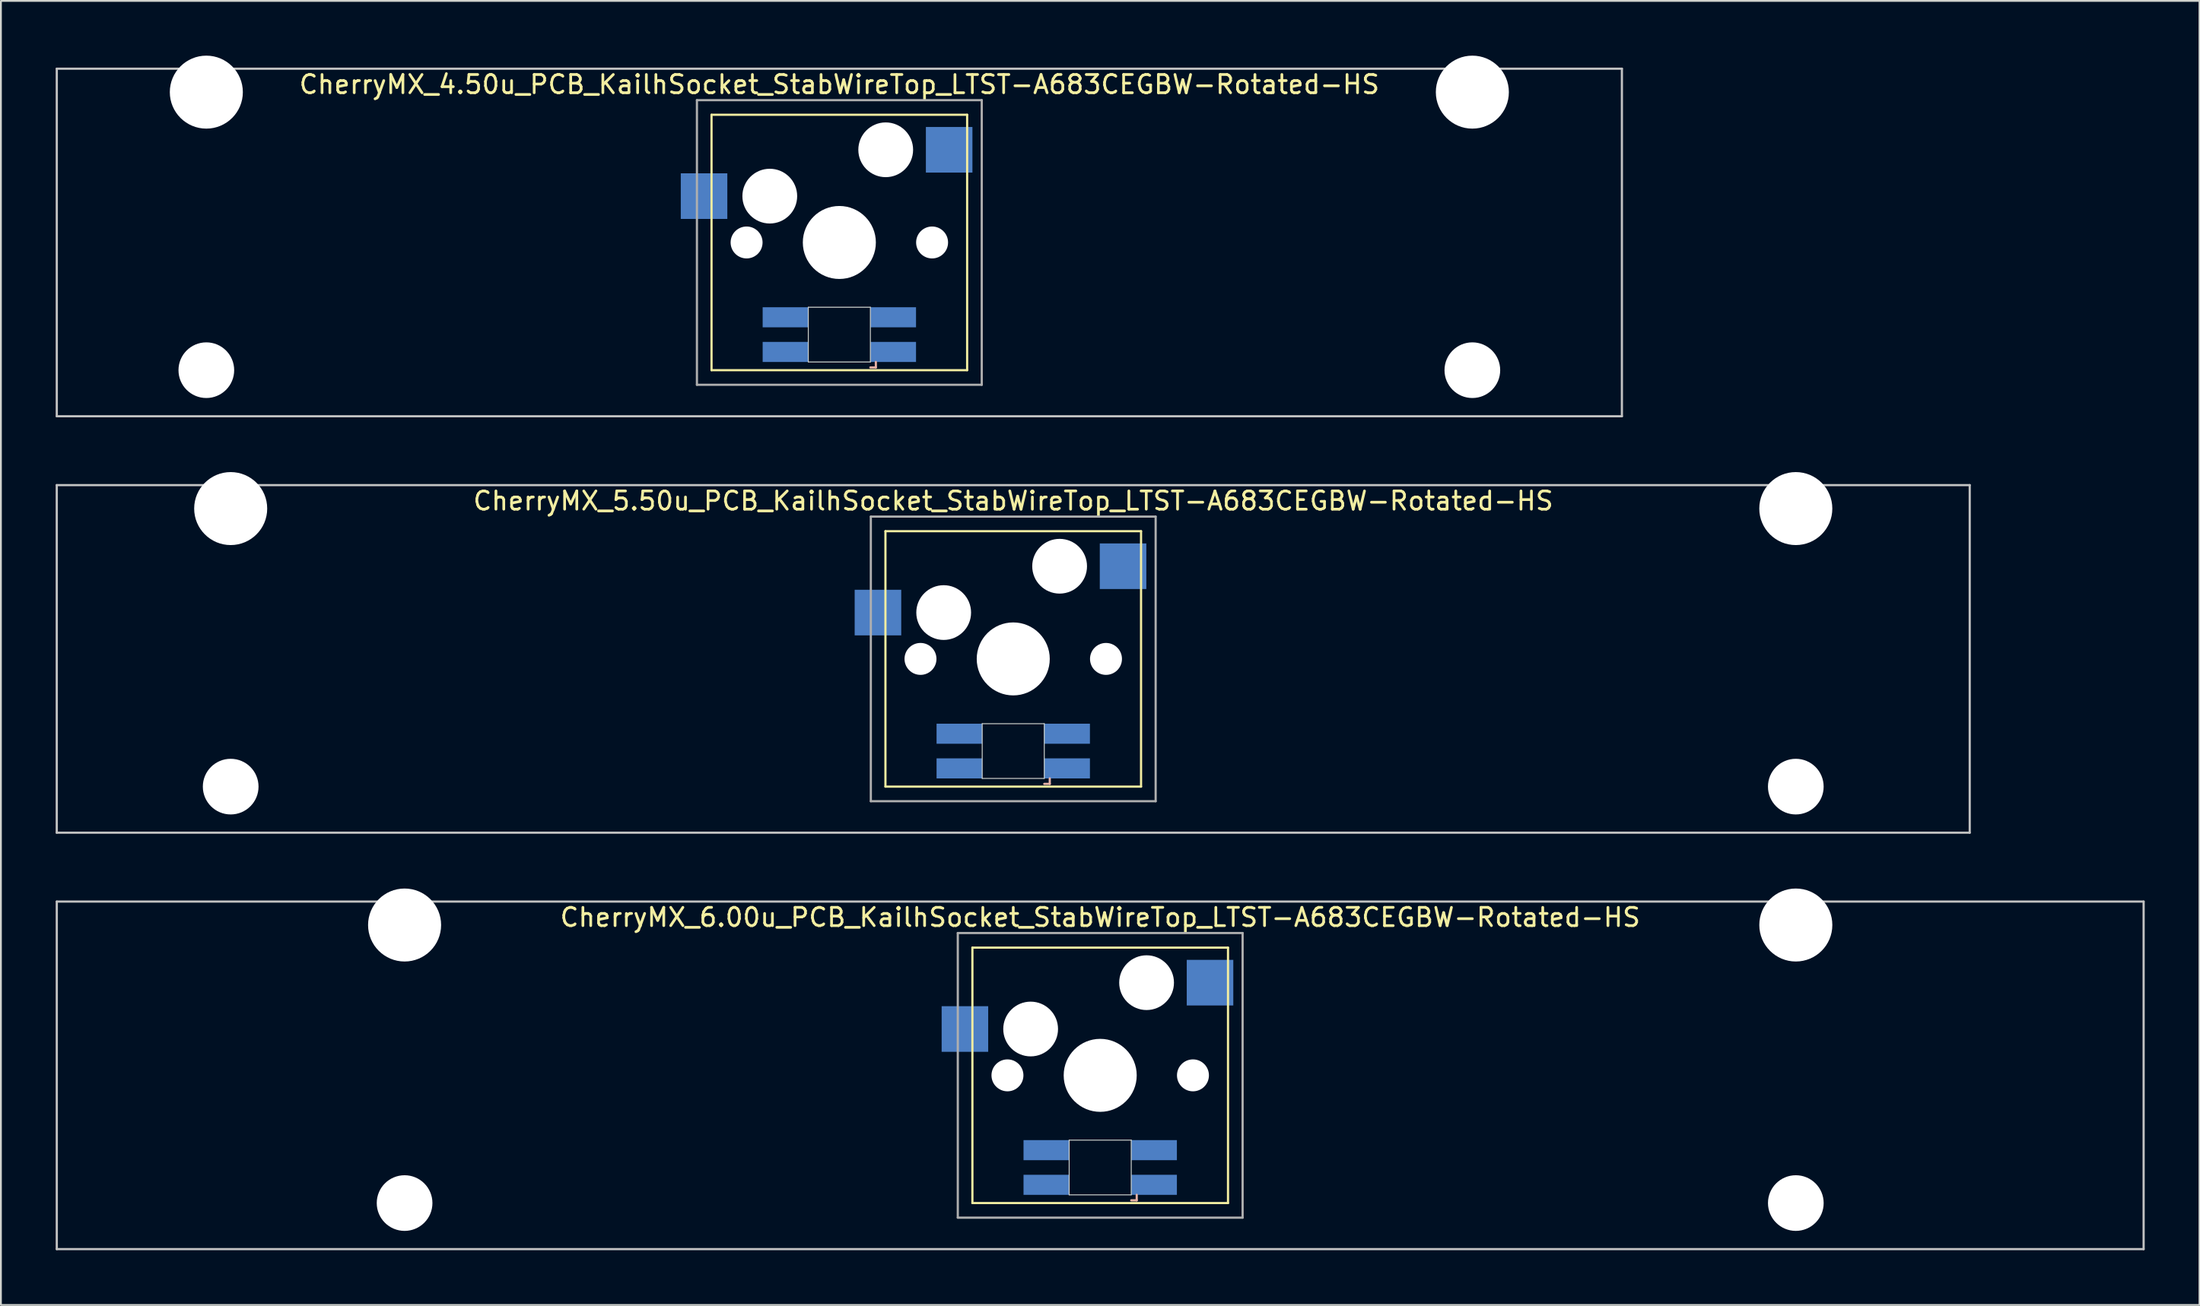
<source format=kicad_pcb>
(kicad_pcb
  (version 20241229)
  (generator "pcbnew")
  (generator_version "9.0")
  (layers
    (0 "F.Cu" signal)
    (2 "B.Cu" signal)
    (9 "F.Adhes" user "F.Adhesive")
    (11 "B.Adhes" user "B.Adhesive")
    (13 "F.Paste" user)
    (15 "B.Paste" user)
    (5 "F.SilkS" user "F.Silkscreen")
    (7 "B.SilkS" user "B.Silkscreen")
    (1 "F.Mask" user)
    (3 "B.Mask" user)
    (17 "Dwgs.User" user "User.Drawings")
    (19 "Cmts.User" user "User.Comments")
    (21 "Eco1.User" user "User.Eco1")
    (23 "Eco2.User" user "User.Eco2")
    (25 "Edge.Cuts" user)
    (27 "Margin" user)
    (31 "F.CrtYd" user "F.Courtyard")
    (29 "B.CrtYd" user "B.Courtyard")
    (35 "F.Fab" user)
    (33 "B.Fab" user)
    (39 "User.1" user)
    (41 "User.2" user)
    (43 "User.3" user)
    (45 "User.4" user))
  (footprint "CherryMX_6.00u_PCB_KailhSocket_StabWireTop_LTST-A683CEGBW-Rotated-HS"
    (layer "F.Cu")
    (at 57.21 55.89)
    (property "Reference" "CherryMX_6.00u_PCB_KailhSocket_StabWireTop_LTST-A683CEGBW-Rotated-HS" (at 0 -8.662 0) (layer "F.SilkS") (effects (font (size 1 1) (thickness 0.15))))
    (attr through_hole)
    (fp_line (start -7 -7) (end -7 7) (stroke (width 0.12) (type solid)) (layer "F.SilkS"))
    (fp_line (start -7 -7) (end 7 -7) (stroke (width 0.12) (type solid)) (layer "F.SilkS"))
    (fp_line (start 7 -7) (end 7 7) (stroke (width 0.12) (type solid)) (layer "F.SilkS"))
    (fp_line (start 7 7) (end -7 7) (stroke (width 0.12) (type solid)) (layer "F.SilkS"))
    (fp_line (start 1.7 6.85) (end 2 6.85) (stroke (width 0.12) (type solid)) (layer "B.SilkS"))
    (fp_line (start 2 6.85) (end 2 6.55) (stroke (width 0.12) (type solid)) (layer "B.SilkS"))
    (fp_line (start -57.15 -9.525) (end 57.15 -9.525) (stroke (width 0.12) (type solid)) (layer "Dwgs.User"))
    (fp_line (start -57.15 9.525) (end -57.15 -9.525) (stroke (width 0.12) (type solid)) (layer "Dwgs.User"))
    (fp_line (start 57.15 -9.525) (end 57.15 9.525) (stroke (width 0.12) (type solid)) (layer "Dwgs.User"))
    (fp_line (start 57.15 9.525) (end -57.15 9.525) (stroke (width 0.12) (type solid)) (layer "Dwgs.User"))
    (fp_line (start -1.7 3.55) (end 1.7 3.55) (stroke (width 0.05) (type solid)) (layer "Edge.Cuts"))
    (fp_line (start -1.7 6.55) (end -1.7 3.55) (stroke (width 0.05) (type solid)) (layer "Edge.Cuts"))
    (fp_line (start 1.7 3.55) (end 1.7 6.55) (stroke (width 0.05) (type solid)) (layer "Edge.Cuts"))
    (fp_line (start 1.7 6.55) (end -1.7 6.55) (stroke (width 0.05) (type solid)) (layer "Edge.Cuts"))
    (fp_line (start -7.8 -7.8) (end -7.8 7.8) (stroke (width 0.12) (type solid)) (layer "F.Fab"))
    (fp_line (start -7.8 -7.8) (end 7.8 -7.8) (stroke (width 0.12) (type solid)) (layer "F.Fab"))
    (fp_line (start -7.8 7.8) (end 7.8 7.8) (stroke (width 0.12) (type solid)) (layer "F.Fab"))
    (fp_line (start 7.8 -7.8) (end 7.8 7.8) (stroke (width 0.12) (type solid)) (layer "F.Fab"))
    (pad "" np_thru_hole circle (at -38.1 -8.24) (size 4 4) (drill 4) (layers "*.Cu" "*.Mask"))
    (pad "" np_thru_hole circle (at -38.1 7) (size 3.05 3.05) (drill 3.05) (layers "*.Cu" "*.Mask"))
    (pad "" np_thru_hole circle (at -5.08 0) (size 1.75 1.75) (drill 1.75) (layers "*.Cu" "*.Mask"))
    (pad "" np_thru_hole circle (at -3.81 -2.54) (size 3 3) (drill 3) (layers "*.Cu" "*.Mask"))
    (pad "" np_thru_hole circle (at 0 0) (size 4 4) (drill 4) (layers "*.Cu" "*.Mask"))
    (pad "" np_thru_hole circle (at 2.54 -5.08) (size 3 3) (drill 3) (layers "*.Cu" "*.Mask"))
    (pad "" np_thru_hole circle (at 5.08 0) (size 1.75 1.75) (drill 1.75) (layers "*.Cu" "*.Mask"))
    (pad "" np_thru_hole circle (at 38.1 -8.24) (size 4 4) (drill 4) (layers "*.Cu" "*.Mask"))
    (pad "" np_thru_hole circle (at 38.1 7) (size 3.05 3.05) (drill 3.05) (layers "*.Cu" "*.Mask"))
    (pad "1" smd rect (at -7.41 -2.54) (size 2.55 2.5) (layers "B.Cu" "B.Mask" "B.Paste"))
    (pad "2" smd rect (at 6.015 -5.08) (size 2.55 2.5) (layers "B.Cu" "B.Mask" "B.Paste"))
    (pad "3" smd rect (at 2.95 6) (size 2.5 1.1) (layers "B.Cu" "B.Mask" "B.Paste"))
    (pad "4" smd rect (at 2.95 4.1) (size 2.5 1.1) (layers "B.Cu" "B.Mask" "B.Paste"))
    (pad "5" smd rect (at -2.95 6) (size 2.5 1.1) (layers "B.Cu" "B.Mask" "B.Paste"))
    (pad "6" smd rect (at -2.95 4.1) (size 2.5 1.1) (layers "B.Cu" "B.Mask" "B.Paste")))
  (footprint "CherryMX_5.50u_PCB_KailhSocket_StabWireTop_LTST-A683CEGBW-Rotated-HS"
    (layer "F.Cu")
    (at 52.447 33.065)
    (property "Reference" "CherryMX_5.50u_PCB_KailhSocket_StabWireTop_LTST-A683CEGBW-Rotated-HS" (at 0 -8.662 0) (layer "F.SilkS") (effects (font (size 1 1) (thickness 0.15))))
    (attr through_hole)
    (fp_line (start -7 -7) (end -7 7) (stroke (width 0.12) (type solid)) (layer "F.SilkS"))
    (fp_line (start -7 -7) (end 7 -7) (stroke (width 0.12) (type solid)) (layer "F.SilkS"))
    (fp_line (start 7 -7) (end 7 7) (stroke (width 0.12) (type solid)) (layer "F.SilkS"))
    (fp_line (start 7 7) (end -7 7) (stroke (width 0.12) (type solid)) (layer "F.SilkS"))
    (fp_line (start 1.7 6.85) (end 2 6.85) (stroke (width 0.12) (type solid)) (layer "B.SilkS"))
    (fp_line (start 2 6.85) (end 2 6.55) (stroke (width 0.12) (type solid)) (layer "B.SilkS"))
    (fp_line (start -52.388 -9.525) (end 52.388 -9.525) (stroke (width 0.12) (type solid)) (layer "Dwgs.User"))
    (fp_line (start -52.388 9.525) (end -52.388 -9.525) (stroke (width 0.12) (type solid)) (layer "Dwgs.User"))
    (fp_line (start 52.388 -9.525) (end 52.388 9.525) (stroke (width 0.12) (type solid)) (layer "Dwgs.User"))
    (fp_line (start 52.388 9.525) (end -52.388 9.525) (stroke (width 0.12) (type solid)) (layer "Dwgs.User"))
    (fp_line (start -1.7 3.55) (end 1.7 3.55) (stroke (width 0.05) (type solid)) (layer "Edge.Cuts"))
    (fp_line (start -1.7 6.55) (end -1.7 3.55) (stroke (width 0.05) (type solid)) (layer "Edge.Cuts"))
    (fp_line (start 1.7 3.55) (end 1.7 6.55) (stroke (width 0.05) (type solid)) (layer "Edge.Cuts"))
    (fp_line (start 1.7 6.55) (end -1.7 6.55) (stroke (width 0.05) (type solid)) (layer "Edge.Cuts"))
    (fp_line (start -7.8 -7.8) (end -7.8 7.8) (stroke (width 0.12) (type solid)) (layer "F.Fab"))
    (fp_line (start -7.8 -7.8) (end 7.8 -7.8) (stroke (width 0.12) (type solid)) (layer "F.Fab"))
    (fp_line (start -7.8 7.8) (end 7.8 7.8) (stroke (width 0.12) (type solid)) (layer "F.Fab"))
    (fp_line (start 7.8 -7.8) (end 7.8 7.8) (stroke (width 0.12) (type solid)) (layer "F.Fab"))
    (pad "" np_thru_hole circle (at -42.862 -8.24) (size 4 4) (drill 4) (layers "*.Cu" "*.Mask"))
    (pad "" np_thru_hole circle (at -42.862 7) (size 3.05 3.05) (drill 3.05) (layers "*.Cu" "*.Mask"))
    (pad "" np_thru_hole circle (at -5.08 0) (size 1.75 1.75) (drill 1.75) (layers "*.Cu" "*.Mask"))
    (pad "" np_thru_hole circle (at -3.81 -2.54) (size 3 3) (drill 3) (layers "*.Cu" "*.Mask"))
    (pad "" np_thru_hole circle (at 0 0) (size 4 4) (drill 4) (layers "*.Cu" "*.Mask"))
    (pad "" np_thru_hole circle (at 2.54 -5.08) (size 3 3) (drill 3) (layers "*.Cu" "*.Mask"))
    (pad "" np_thru_hole circle (at 5.08 0) (size 1.75 1.75) (drill 1.75) (layers "*.Cu" "*.Mask"))
    (pad "" np_thru_hole circle (at 42.862 -8.24) (size 4 4) (drill 4) (layers "*.Cu" "*.Mask"))
    (pad "" np_thru_hole circle (at 42.862 7) (size 3.05 3.05) (drill 3.05) (layers "*.Cu" "*.Mask"))
    (pad "1" smd rect (at -7.41 -2.54) (size 2.55 2.5) (layers "B.Cu" "B.Mask" "B.Paste"))
    (pad "2" smd rect (at 6.015 -5.08) (size 2.55 2.5) (layers "B.Cu" "B.Mask" "B.Paste"))
    (pad "3" smd rect (at 2.95 6) (size 2.5 1.1) (layers "B.Cu" "B.Mask" "B.Paste"))
    (pad "4" smd rect (at 2.95 4.1) (size 2.5 1.1) (layers "B.Cu" "B.Mask" "B.Paste"))
    (pad "5" smd rect (at -2.95 6) (size 2.5 1.1) (layers "B.Cu" "B.Mask" "B.Paste"))
    (pad "6" smd rect (at -2.95 4.1) (size 2.5 1.1) (layers "B.Cu" "B.Mask" "B.Paste")))
  (footprint "CherryMX_4.50u_PCB_KailhSocket_StabWireTop_LTST-A683CEGBW-Rotated-HS"
    (layer "F.Cu")
    (at 42.922 10.24)
    (property "Reference" "CherryMX_4.50u_PCB_KailhSocket_StabWireTop_LTST-A683CEGBW-Rotated-HS" (at 0 -8.662 0) (layer "F.SilkS") (effects (font (size 1 1) (thickness 0.15))))
    (attr through_hole)
    (fp_line (start -7 -7) (end -7 7) (stroke (width 0.12) (type solid)) (layer "F.SilkS"))
    (fp_line (start -7 -7) (end 7 -7) (stroke (width 0.12) (type solid)) (layer "F.SilkS"))
    (fp_line (start 7 -7) (end 7 7) (stroke (width 0.12) (type solid)) (layer "F.SilkS"))
    (fp_line (start 7 7) (end -7 7) (stroke (width 0.12) (type solid)) (layer "F.SilkS"))
    (fp_line (start 1.7 6.85) (end 2 6.85) (stroke (width 0.12) (type solid)) (layer "B.SilkS"))
    (fp_line (start 2 6.85) (end 2 6.55) (stroke (width 0.12) (type solid)) (layer "B.SilkS"))
    (fp_line (start -42.862 -9.525) (end 42.862 -9.525) (stroke (width 0.12) (type solid)) (layer "Dwgs.User"))
    (fp_line (start -42.862 9.525) (end -42.862 -9.525) (stroke (width 0.12) (type solid)) (layer "Dwgs.User"))
    (fp_line (start 42.862 -9.525) (end 42.862 9.525) (stroke (width 0.12) (type solid)) (layer "Dwgs.User"))
    (fp_line (start 42.862 9.525) (end -42.862 9.525) (stroke (width 0.12) (type solid)) (layer "Dwgs.User"))
    (fp_line (start -1.7 3.55) (end 1.7 3.55) (stroke (width 0.05) (type solid)) (layer "Edge.Cuts"))
    (fp_line (start -1.7 6.55) (end -1.7 3.55) (stroke (width 0.05) (type solid)) (layer "Edge.Cuts"))
    (fp_line (start 1.7 3.55) (end 1.7 6.55) (stroke (width 0.05) (type solid)) (layer "Edge.Cuts"))
    (fp_line (start 1.7 6.55) (end -1.7 6.55) (stroke (width 0.05) (type solid)) (layer "Edge.Cuts"))
    (fp_line (start -7.8 -7.8) (end -7.8 7.8) (stroke (width 0.12) (type solid)) (layer "F.Fab"))
    (fp_line (start -7.8 -7.8) (end 7.8 -7.8) (stroke (width 0.12) (type solid)) (layer "F.Fab"))
    (fp_line (start -7.8 7.8) (end 7.8 7.8) (stroke (width 0.12) (type solid)) (layer "F.Fab"))
    (fp_line (start 7.8 -7.8) (end 7.8 7.8) (stroke (width 0.12) (type solid)) (layer "F.Fab"))
    (pad "" np_thru_hole circle (at -34.671 -8.24) (size 4 4) (drill 4) (layers "*.Cu" "*.Mask"))
    (pad "" np_thru_hole circle (at -34.671 7) (size 3.05 3.05) (drill 3.05) (layers "*.Cu" "*.Mask"))
    (pad "" np_thru_hole circle (at -5.08 0) (size 1.75 1.75) (drill 1.75) (layers "*.Cu" "*.Mask"))
    (pad "" np_thru_hole circle (at -3.81 -2.54) (size 3 3) (drill 3) (layers "*.Cu" "*.Mask"))
    (pad "" np_thru_hole circle (at 0 0) (size 4 4) (drill 4) (layers "*.Cu" "*.Mask"))
    (pad "" np_thru_hole circle (at 2.54 -5.08) (size 3 3) (drill 3) (layers "*.Cu" "*.Mask"))
    (pad "" np_thru_hole circle (at 5.08 0) (size 1.75 1.75) (drill 1.75) (layers "*.Cu" "*.Mask"))
    (pad "" np_thru_hole circle (at 34.671 -8.24) (size 4 4) (drill 4) (layers "*.Cu" "*.Mask"))
    (pad "" np_thru_hole circle (at 34.671 7) (size 3.05 3.05) (drill 3.05) (layers "*.Cu" "*.Mask"))
    (pad "1" smd rect (at -7.41 -2.54) (size 2.55 2.5) (layers "B.Cu" "B.Mask" "B.Paste"))
    (pad "2" smd rect (at 6.015 -5.08) (size 2.55 2.5) (layers "B.Cu" "B.Mask" "B.Paste"))
    (pad "3" smd rect (at 2.95 6) (size 2.5 1.1) (layers "B.Cu" "B.Mask" "B.Paste"))
    (pad "4" smd rect (at 2.95 4.1) (size 2.5 1.1) (layers "B.Cu" "B.Mask" "B.Paste"))
    (pad "5" smd rect (at -2.95 6) (size 2.5 1.1) (layers "B.Cu" "B.Mask" "B.Paste"))
    (pad "6" smd rect (at -2.95 4.1) (size 2.5 1.1) (layers "B.Cu" "B.Mask" "B.Paste")))
  (gr_rect
    (start -3 -3)
    (end 117.42 68.475)
    (stroke (width 0.1) (type default))
    (fill no)
    (layer "Edge.Cuts")))
</source>
